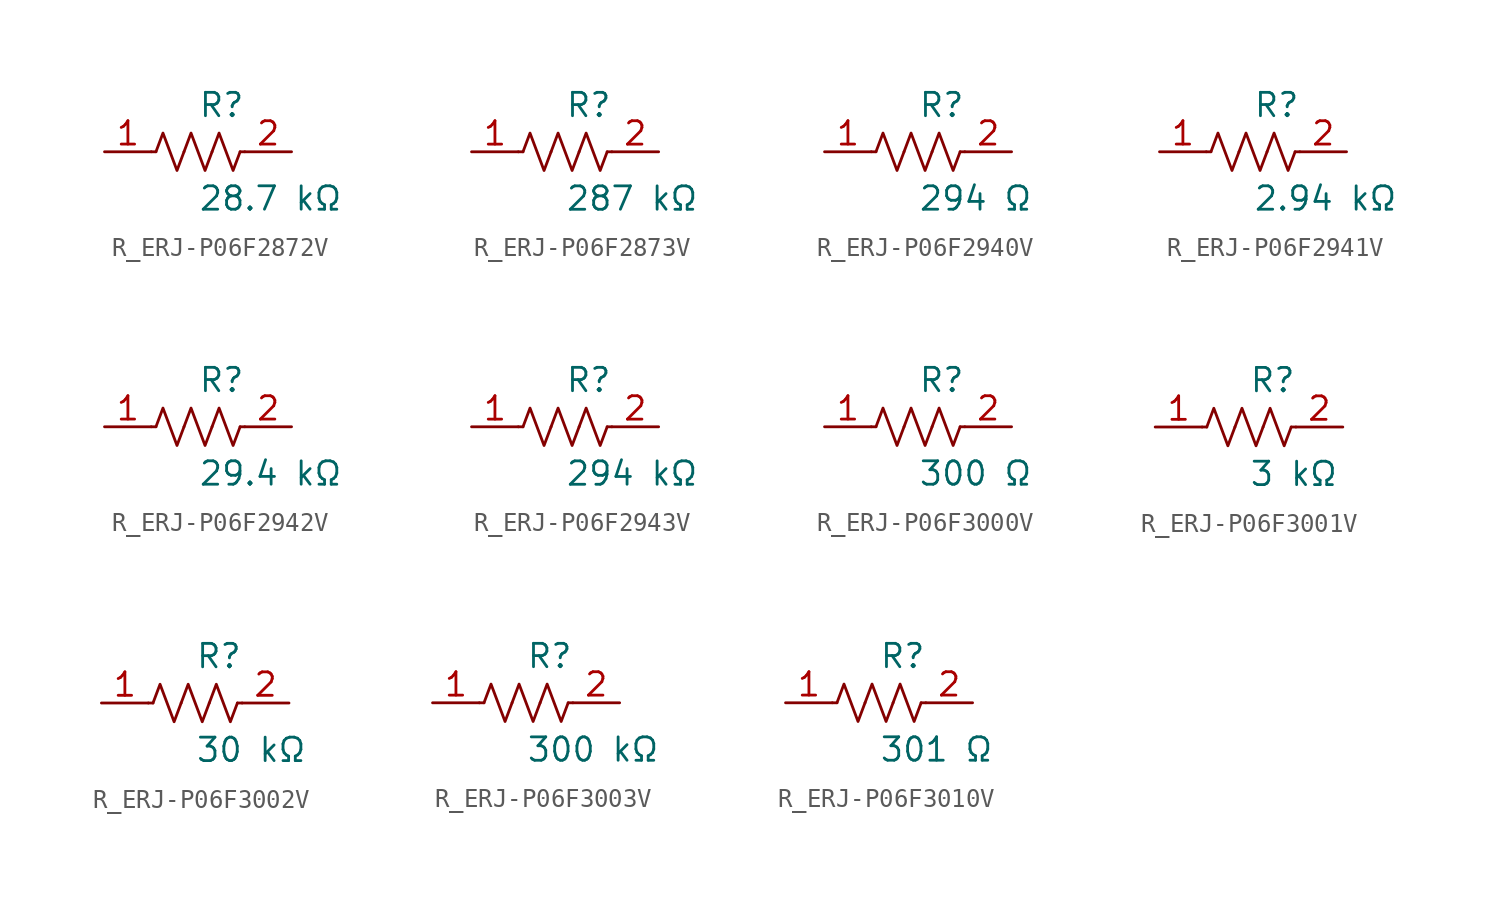
<source format=kicad_sym>
(kicad_symbol_lib
  (version 20231120)
  (generator kicad_symbol_editor)
  (generator_version 8.0)
  (symbol "R_ERJ-P06F2872V"
    (pin_names
      (offset 0.254))
    (property "Reference" "R"
      (at 0.0 2.54 0)
      (effects (font (size 1.27 1.27)) (justify left)))
    (property "Value" "28.7 kΩ"
      (at 0.0 -2.54 0)
      (effects (font (size 1.27 1.27)) (justify left)))
    (symbol "R_ERJ-P06F2872V_0_1"
      (polyline (pts (xy 2.286 0) (xy 2.54 0)) (stroke (width 0) (type default)) (fill (type none)))
      (polyline (pts (xy -2.286 0) (xy -2.54 0)) (stroke (width 0) (type default)) (fill (type none)))
      (polyline (pts (xy 0.762 0) (xy 1.143 1.016) (xy 1.524 0) (xy 1.905 -1.016) (xy 2.286 0)) (stroke (width 0) (type default)) (fill (type none)))
      (polyline (pts (xy -0.762 0) (xy -0.381 1.016) (xy 0 0) (xy 0.381 -1.016) (xy 0.762 0)) (stroke (width 0) (type default)) (fill (type none)))
      (polyline (pts (xy -2.286 0) (xy -1.905 1.016) (xy -1.524 0) (xy -1.143 -1.016) (xy -0.762 0)) (stroke (width 0) (type default)) (fill (type none))))
    (pin unspecified line
      (at -5.08 0 0)
      (length 2.54)
      (name "" (effects (font (size 1.27 1.27))))
      (number "1" (effects (font (size 1.27 1.27)))))
    (pin unspecified line
      (at 5.08 0 180)
      (length 2.54)
      (name "" (effects (font (size 1.27 1.27))))
      (number "2" (effects (font (size 1.27 1.27))))))
  (symbol "R_ERJ-P06F2873V"
    (pin_names
      (offset 0.254))
    (property "Reference" "R"
      (at 0.0 2.54 0)
      (effects (font (size 1.27 1.27)) (justify left)))
    (property "Value" "287 kΩ"
      (at 0.0 -2.54 0)
      (effects (font (size 1.27 1.27)) (justify left)))
    (symbol "R_ERJ-P06F2873V_0_1"
      (polyline (pts (xy 2.286 0) (xy 2.54 0)) (stroke (width 0) (type default)) (fill (type none)))
      (polyline (pts (xy -2.286 0) (xy -2.54 0)) (stroke (width 0) (type default)) (fill (type none)))
      (polyline (pts (xy 0.762 0) (xy 1.143 1.016) (xy 1.524 0) (xy 1.905 -1.016) (xy 2.286 0)) (stroke (width 0) (type default)) (fill (type none)))
      (polyline (pts (xy -0.762 0) (xy -0.381 1.016) (xy 0 0) (xy 0.381 -1.016) (xy 0.762 0)) (stroke (width 0) (type default)) (fill (type none)))
      (polyline (pts (xy -2.286 0) (xy -1.905 1.016) (xy -1.524 0) (xy -1.143 -1.016) (xy -0.762 0)) (stroke (width 0) (type default)) (fill (type none))))
    (pin unspecified line
      (at -5.08 0 0)
      (length 2.54)
      (name "" (effects (font (size 1.27 1.27))))
      (number "1" (effects (font (size 1.27 1.27)))))
    (pin unspecified line
      (at 5.08 0 180)
      (length 2.54)
      (name "" (effects (font (size 1.27 1.27))))
      (number "2" (effects (font (size 1.27 1.27))))))
  (symbol "R_ERJ-P06F2940V"
    (pin_names
      (offset 0.254))
    (property "Reference" "R"
      (at 0.0 2.54 0)
      (effects (font (size 1.27 1.27)) (justify left)))
    (property "Value" "294 Ω"
      (at 0.0 -2.54 0)
      (effects (font (size 1.27 1.27)) (justify left)))
    (symbol "R_ERJ-P06F2940V_0_1"
      (polyline (pts (xy 2.286 0) (xy 2.54 0)) (stroke (width 0) (type default)) (fill (type none)))
      (polyline (pts (xy -2.286 0) (xy -2.54 0)) (stroke (width 0) (type default)) (fill (type none)))
      (polyline (pts (xy 0.762 0) (xy 1.143 1.016) (xy 1.524 0) (xy 1.905 -1.016) (xy 2.286 0)) (stroke (width 0) (type default)) (fill (type none)))
      (polyline (pts (xy -0.762 0) (xy -0.381 1.016) (xy 0 0) (xy 0.381 -1.016) (xy 0.762 0)) (stroke (width 0) (type default)) (fill (type none)))
      (polyline (pts (xy -2.286 0) (xy -1.905 1.016) (xy -1.524 0) (xy -1.143 -1.016) (xy -0.762 0)) (stroke (width 0) (type default)) (fill (type none))))
    (pin unspecified line
      (at -5.08 0 0)
      (length 2.54)
      (name "" (effects (font (size 1.27 1.27))))
      (number "1" (effects (font (size 1.27 1.27)))))
    (pin unspecified line
      (at 5.08 0 180)
      (length 2.54)
      (name "" (effects (font (size 1.27 1.27))))
      (number "2" (effects (font (size 1.27 1.27))))))
  (symbol "R_ERJ-P06F2941V"
    (pin_names
      (offset 0.254))
    (property "Reference" "R"
      (at 0.0 2.54 0)
      (effects (font (size 1.27 1.27)) (justify left)))
    (property "Value" "2.94 kΩ"
      (at 0.0 -2.54 0)
      (effects (font (size 1.27 1.27)) (justify left)))
    (symbol "R_ERJ-P06F2941V_0_1"
      (polyline (pts (xy 2.286 0) (xy 2.54 0)) (stroke (width 0) (type default)) (fill (type none)))
      (polyline (pts (xy -2.286 0) (xy -2.54 0)) (stroke (width 0) (type default)) (fill (type none)))
      (polyline (pts (xy 0.762 0) (xy 1.143 1.016) (xy 1.524 0) (xy 1.905 -1.016) (xy 2.286 0)) (stroke (width 0) (type default)) (fill (type none)))
      (polyline (pts (xy -0.762 0) (xy -0.381 1.016) (xy 0 0) (xy 0.381 -1.016) (xy 0.762 0)) (stroke (width 0) (type default)) (fill (type none)))
      (polyline (pts (xy -2.286 0) (xy -1.905 1.016) (xy -1.524 0) (xy -1.143 -1.016) (xy -0.762 0)) (stroke (width 0) (type default)) (fill (type none))))
    (pin unspecified line
      (at -5.08 0 0)
      (length 2.54)
      (name "" (effects (font (size 1.27 1.27))))
      (number "1" (effects (font (size 1.27 1.27)))))
    (pin unspecified line
      (at 5.08 0 180)
      (length 2.54)
      (name "" (effects (font (size 1.27 1.27))))
      (number "2" (effects (font (size 1.27 1.27))))))
  (symbol "R_ERJ-P06F2942V"
    (pin_names
      (offset 0.254))
    (property "Reference" "R"
      (at 0.0 2.54 0)
      (effects (font (size 1.27 1.27)) (justify left)))
    (property "Value" "29.4 kΩ"
      (at 0.0 -2.54 0)
      (effects (font (size 1.27 1.27)) (justify left)))
    (symbol "R_ERJ-P06F2942V_0_1"
      (polyline (pts (xy 2.286 0) (xy 2.54 0)) (stroke (width 0) (type default)) (fill (type none)))
      (polyline (pts (xy -2.286 0) (xy -2.54 0)) (stroke (width 0) (type default)) (fill (type none)))
      (polyline (pts (xy 0.762 0) (xy 1.143 1.016) (xy 1.524 0) (xy 1.905 -1.016) (xy 2.286 0)) (stroke (width 0) (type default)) (fill (type none)))
      (polyline (pts (xy -0.762 0) (xy -0.381 1.016) (xy 0 0) (xy 0.381 -1.016) (xy 0.762 0)) (stroke (width 0) (type default)) (fill (type none)))
      (polyline (pts (xy -2.286 0) (xy -1.905 1.016) (xy -1.524 0) (xy -1.143 -1.016) (xy -0.762 0)) (stroke (width 0) (type default)) (fill (type none))))
    (pin unspecified line
      (at -5.08 0 0)
      (length 2.54)
      (name "" (effects (font (size 1.27 1.27))))
      (number "1" (effects (font (size 1.27 1.27)))))
    (pin unspecified line
      (at 5.08 0 180)
      (length 2.54)
      (name "" (effects (font (size 1.27 1.27))))
      (number "2" (effects (font (size 1.27 1.27))))))
  (symbol "R_ERJ-P06F2943V"
    (pin_names
      (offset 0.254))
    (property "Reference" "R"
      (at 0.0 2.54 0)
      (effects (font (size 1.27 1.27)) (justify left)))
    (property "Value" "294 kΩ"
      (at 0.0 -2.54 0)
      (effects (font (size 1.27 1.27)) (justify left)))
    (symbol "R_ERJ-P06F2943V_0_1"
      (polyline (pts (xy 2.286 0) (xy 2.54 0)) (stroke (width 0) (type default)) (fill (type none)))
      (polyline (pts (xy -2.286 0) (xy -2.54 0)) (stroke (width 0) (type default)) (fill (type none)))
      (polyline (pts (xy 0.762 0) (xy 1.143 1.016) (xy 1.524 0) (xy 1.905 -1.016) (xy 2.286 0)) (stroke (width 0) (type default)) (fill (type none)))
      (polyline (pts (xy -0.762 0) (xy -0.381 1.016) (xy 0 0) (xy 0.381 -1.016) (xy 0.762 0)) (stroke (width 0) (type default)) (fill (type none)))
      (polyline (pts (xy -2.286 0) (xy -1.905 1.016) (xy -1.524 0) (xy -1.143 -1.016) (xy -0.762 0)) (stroke (width 0) (type default)) (fill (type none))))
    (pin unspecified line
      (at -5.08 0 0)
      (length 2.54)
      (name "" (effects (font (size 1.27 1.27))))
      (number "1" (effects (font (size 1.27 1.27)))))
    (pin unspecified line
      (at 5.08 0 180)
      (length 2.54)
      (name "" (effects (font (size 1.27 1.27))))
      (number "2" (effects (font (size 1.27 1.27))))))
  (symbol "R_ERJ-P06F3000V"
    (pin_names
      (offset 0.254))
    (property "Reference" "R"
      (at 0.0 2.54 0)
      (effects (font (size 1.27 1.27)) (justify left)))
    (property "Value" "300 Ω"
      (at 0.0 -2.54 0)
      (effects (font (size 1.27 1.27)) (justify left)))
    (symbol "R_ERJ-P06F3000V_0_1"
      (polyline (pts (xy 2.286 0) (xy 2.54 0)) (stroke (width 0) (type default)) (fill (type none)))
      (polyline (pts (xy -2.286 0) (xy -2.54 0)) (stroke (width 0) (type default)) (fill (type none)))
      (polyline (pts (xy 0.762 0) (xy 1.143 1.016) (xy 1.524 0) (xy 1.905 -1.016) (xy 2.286 0)) (stroke (width 0) (type default)) (fill (type none)))
      (polyline (pts (xy -0.762 0) (xy -0.381 1.016) (xy 0 0) (xy 0.381 -1.016) (xy 0.762 0)) (stroke (width 0) (type default)) (fill (type none)))
      (polyline (pts (xy -2.286 0) (xy -1.905 1.016) (xy -1.524 0) (xy -1.143 -1.016) (xy -0.762 0)) (stroke (width 0) (type default)) (fill (type none))))
    (pin unspecified line
      (at -5.08 0 0)
      (length 2.54)
      (name "" (effects (font (size 1.27 1.27))))
      (number "1" (effects (font (size 1.27 1.27)))))
    (pin unspecified line
      (at 5.08 0 180)
      (length 2.54)
      (name "" (effects (font (size 1.27 1.27))))
      (number "2" (effects (font (size 1.27 1.27))))))
  (symbol "R_ERJ-P06F3001V"
    (pin_names
      (offset 0.254))
    (property "Reference" "R"
      (at 0.0 2.54 0)
      (effects (font (size 1.27 1.27)) (justify left)))
    (property "Value" "3 kΩ"
      (at 0.0 -2.54 0)
      (effects (font (size 1.27 1.27)) (justify left)))
    (symbol "R_ERJ-P06F3001V_0_1"
      (polyline (pts (xy 2.286 0) (xy 2.54 0)) (stroke (width 0) (type default)) (fill (type none)))
      (polyline (pts (xy -2.286 0) (xy -2.54 0)) (stroke (width 0) (type default)) (fill (type none)))
      (polyline (pts (xy 0.762 0) (xy 1.143 1.016) (xy 1.524 0) (xy 1.905 -1.016) (xy 2.286 0)) (stroke (width 0) (type default)) (fill (type none)))
      (polyline (pts (xy -0.762 0) (xy -0.381 1.016) (xy 0 0) (xy 0.381 -1.016) (xy 0.762 0)) (stroke (width 0) (type default)) (fill (type none)))
      (polyline (pts (xy -2.286 0) (xy -1.905 1.016) (xy -1.524 0) (xy -1.143 -1.016) (xy -0.762 0)) (stroke (width 0) (type default)) (fill (type none))))
    (pin unspecified line
      (at -5.08 0 0)
      (length 2.54)
      (name "" (effects (font (size 1.27 1.27))))
      (number "1" (effects (font (size 1.27 1.27)))))
    (pin unspecified line
      (at 5.08 0 180)
      (length 2.54)
      (name "" (effects (font (size 1.27 1.27))))
      (number "2" (effects (font (size 1.27 1.27))))))
  (symbol "R_ERJ-P06F3002V"
    (pin_names
      (offset 0.254))
    (property "Reference" "R"
      (at 0.0 2.54 0)
      (effects (font (size 1.27 1.27)) (justify left)))
    (property "Value" "30 kΩ"
      (at 0.0 -2.54 0)
      (effects (font (size 1.27 1.27)) (justify left)))
    (symbol "R_ERJ-P06F3002V_0_1"
      (polyline (pts (xy 2.286 0) (xy 2.54 0)) (stroke (width 0) (type default)) (fill (type none)))
      (polyline (pts (xy -2.286 0) (xy -2.54 0)) (stroke (width 0) (type default)) (fill (type none)))
      (polyline (pts (xy 0.762 0) (xy 1.143 1.016) (xy 1.524 0) (xy 1.905 -1.016) (xy 2.286 0)) (stroke (width 0) (type default)) (fill (type none)))
      (polyline (pts (xy -0.762 0) (xy -0.381 1.016) (xy 0 0) (xy 0.381 -1.016) (xy 0.762 0)) (stroke (width 0) (type default)) (fill (type none)))
      (polyline (pts (xy -2.286 0) (xy -1.905 1.016) (xy -1.524 0) (xy -1.143 -1.016) (xy -0.762 0)) (stroke (width 0) (type default)) (fill (type none))))
    (pin unspecified line
      (at -5.08 0 0)
      (length 2.54)
      (name "" (effects (font (size 1.27 1.27))))
      (number "1" (effects (font (size 1.27 1.27)))))
    (pin unspecified line
      (at 5.08 0 180)
      (length 2.54)
      (name "" (effects (font (size 1.27 1.27))))
      (number "2" (effects (font (size 1.27 1.27))))))
  (symbol "R_ERJ-P06F3003V"
    (pin_names
      (offset 0.254))
    (property "Reference" "R"
      (at 0.0 2.54 0)
      (effects (font (size 1.27 1.27)) (justify left)))
    (property "Value" "300 kΩ"
      (at 0.0 -2.54 0)
      (effects (font (size 1.27 1.27)) (justify left)))
    (symbol "R_ERJ-P06F3003V_0_1"
      (polyline (pts (xy 2.286 0) (xy 2.54 0)) (stroke (width 0) (type default)) (fill (type none)))
      (polyline (pts (xy -2.286 0) (xy -2.54 0)) (stroke (width 0) (type default)) (fill (type none)))
      (polyline (pts (xy 0.762 0) (xy 1.143 1.016) (xy 1.524 0) (xy 1.905 -1.016) (xy 2.286 0)) (stroke (width 0) (type default)) (fill (type none)))
      (polyline (pts (xy -0.762 0) (xy -0.381 1.016) (xy 0 0) (xy 0.381 -1.016) (xy 0.762 0)) (stroke (width 0) (type default)) (fill (type none)))
      (polyline (pts (xy -2.286 0) (xy -1.905 1.016) (xy -1.524 0) (xy -1.143 -1.016) (xy -0.762 0)) (stroke (width 0) (type default)) (fill (type none))))
    (pin unspecified line
      (at -5.08 0 0)
      (length 2.54)
      (name "" (effects (font (size 1.27 1.27))))
      (number "1" (effects (font (size 1.27 1.27)))))
    (pin unspecified line
      (at 5.08 0 180)
      (length 2.54)
      (name "" (effects (font (size 1.27 1.27))))
      (number "2" (effects (font (size 1.27 1.27))))))
  (symbol "R_ERJ-P06F3010V"
    (pin_names
      (offset 0.254))
    (property "Reference" "R"
      (at 0.0 2.54 0)
      (effects (font (size 1.27 1.27)) (justify left)))
    (property "Value" "301 Ω"
      (at 0.0 -2.54 0)
      (effects (font (size 1.27 1.27)) (justify left)))
    (symbol "R_ERJ-P06F3010V_0_1"
      (polyline (pts (xy 2.286 0) (xy 2.54 0)) (stroke (width 0) (type default)) (fill (type none)))
      (polyline (pts (xy -2.286 0) (xy -2.54 0)) (stroke (width 0) (type default)) (fill (type none)))
      (polyline (pts (xy 0.762 0) (xy 1.143 1.016) (xy 1.524 0) (xy 1.905 -1.016) (xy 2.286 0)) (stroke (width 0) (type default)) (fill (type none)))
      (polyline (pts (xy -0.762 0) (xy -0.381 1.016) (xy 0 0) (xy 0.381 -1.016) (xy 0.762 0)) (stroke (width 0) (type default)) (fill (type none)))
      (polyline (pts (xy -2.286 0) (xy -1.905 1.016) (xy -1.524 0) (xy -1.143 -1.016) (xy -0.762 0)) (stroke (width 0) (type default)) (fill (type none))))
    (pin unspecified line
      (at -5.08 0 0)
      (length 2.54)
      (name "" (effects (font (size 1.27 1.27))))
      (number "1" (effects (font (size 1.27 1.27)))))
    (pin unspecified line
      (at 5.08 0 180)
      (length 2.54)
      (name "" (effects (font (size 1.27 1.27))))
      (number "2" (effects (font (size 1.27 1.27)))))))
</source>
